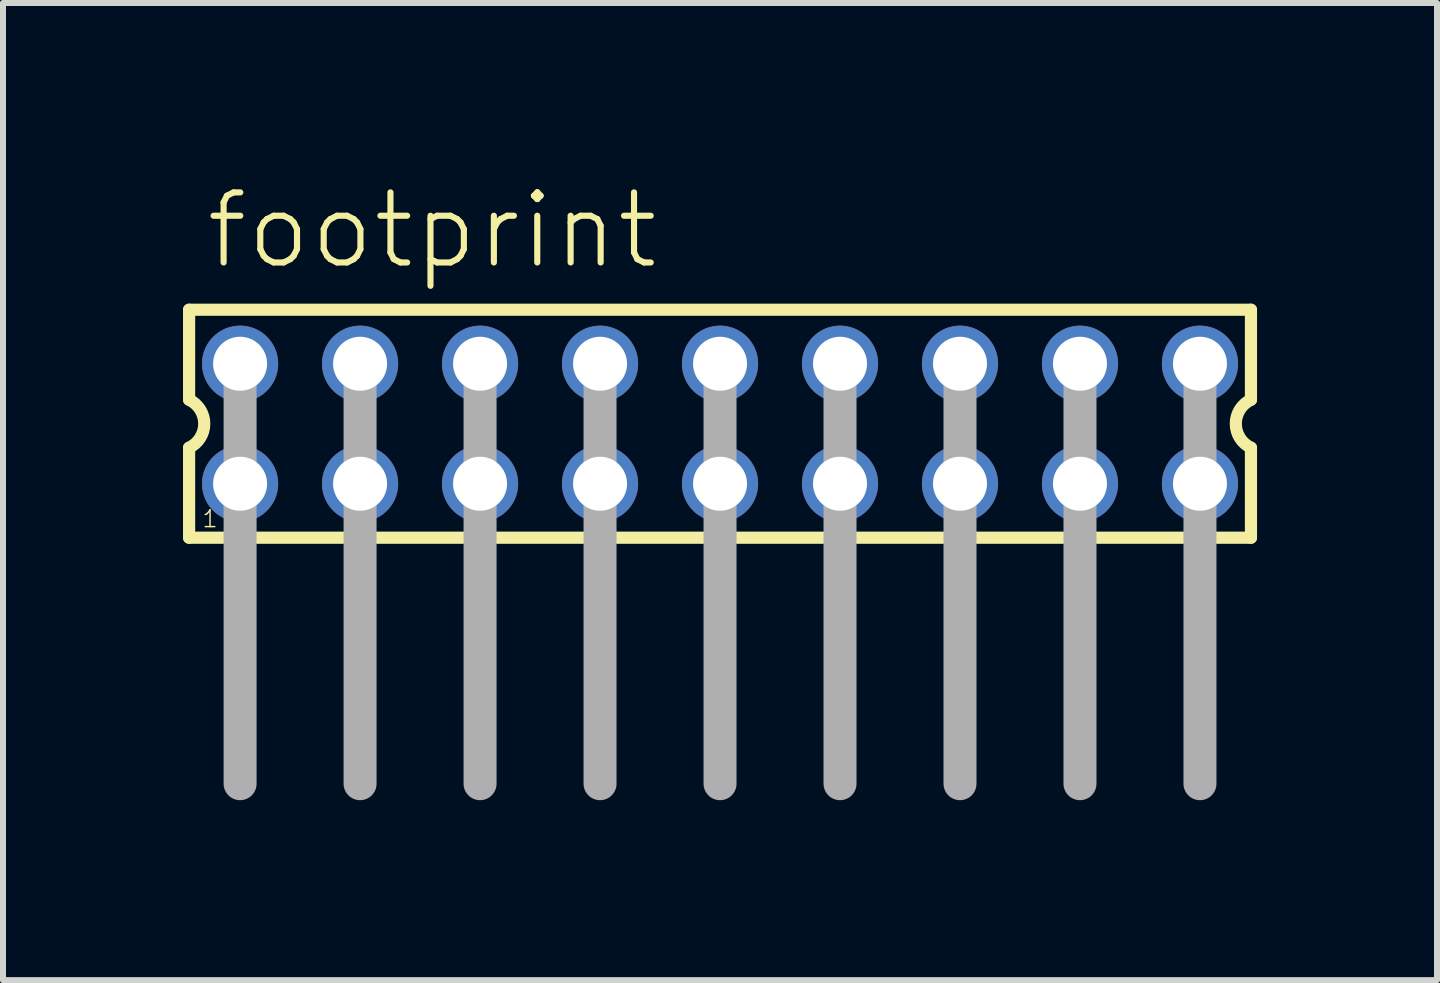
<source format=kicad_pcb>
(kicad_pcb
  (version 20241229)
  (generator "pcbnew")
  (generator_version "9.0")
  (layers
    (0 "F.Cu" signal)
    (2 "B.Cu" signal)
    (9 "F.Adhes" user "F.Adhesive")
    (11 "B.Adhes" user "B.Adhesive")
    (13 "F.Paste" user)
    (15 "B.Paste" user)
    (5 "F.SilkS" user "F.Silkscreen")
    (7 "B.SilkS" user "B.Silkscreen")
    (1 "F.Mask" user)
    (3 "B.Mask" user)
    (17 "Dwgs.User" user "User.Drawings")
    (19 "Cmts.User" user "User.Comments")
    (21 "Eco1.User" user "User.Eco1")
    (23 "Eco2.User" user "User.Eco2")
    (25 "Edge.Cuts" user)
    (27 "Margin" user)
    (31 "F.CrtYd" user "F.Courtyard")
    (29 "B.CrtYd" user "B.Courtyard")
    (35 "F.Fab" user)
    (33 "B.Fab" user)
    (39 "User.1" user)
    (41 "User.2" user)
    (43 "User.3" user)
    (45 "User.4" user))
  (footprint "footprint"
    (layer "F.Cu")
    (at 8.952 4.013)
    (property "Reference" "footprint" (at -8.62 -2.54 0) (layer "F.SilkS") (effects (font (size 1.168 1.168) (thickness 0.102)) (justify left bottom)))
    (fp_line (start -8.85 -1.9) (end -8.85 -0.4) (stroke (width 0.203) (type solid)) (layer "F.SilkS"))
    (fp_line (start -8.85 0.4) (end -8.85 1.9) (stroke (width 0.203) (type solid)) (layer "F.SilkS"))
    (fp_line (start -8.85 1.9) (end 8.85 1.9) (stroke (width 0.203) (type solid)) (layer "F.SilkS"))
    (fp_line (start 8.85 -1.9) (end -8.85 -1.9) (stroke (width 0.203) (type solid)) (layer "F.SilkS"))
    (fp_line (start 8.85 -0.4) (end 8.85 -1.9) (stroke (width 0.203) (type solid)) (layer "F.SilkS"))
    (fp_line (start 8.85 1.9) (end 8.85 0.4) (stroke (width 0.203) (type solid)) (layer "F.SilkS"))
    (fp_arc (start -8.85 -0.4) (mid -8.597167 0) (end -8.85 0.4) (stroke (width 0.2032) (type solid)) (layer "F.SilkS"))
    (fp_arc (start 8.85 0.4) (mid 8.597167 0) (end 8.85 -0.4) (stroke (width 0.2032) (type solid)) (layer "F.SilkS"))
    (fp_line (start -8 -1) (end -8 6) (stroke (width 0.55) (type solid)) (layer "F.Fab"))
    (fp_line (start -6 -1) (end -6 6) (stroke (width 0.55) (type solid)) (layer "F.Fab"))
    (fp_line (start -4 -1) (end -4 6) (stroke (width 0.55) (type solid)) (layer "F.Fab"))
    (fp_line (start -2 -1) (end -2 6) (stroke (width 0.55) (type solid)) (layer "F.Fab"))
    (fp_line (start 0 -1) (end 0 6) (stroke (width 0.55) (type solid)) (layer "F.Fab"))
    (fp_line (start 2 -1) (end 2 6) (stroke (width 0.55) (type solid)) (layer "F.Fab"))
    (fp_line (start 4 -1) (end 4 6) (stroke (width 0.55) (type solid)) (layer "F.Fab"))
    (fp_line (start 6 -1) (end 6 6) (stroke (width 0.55) (type solid)) (layer "F.Fab"))
    (fp_line (start 8 -1) (end 8 6) (stroke (width 0.55) (type solid)) (layer "F.Fab"))
    (fp_poly (pts (xy -8.25 -0.75) (xy -7.75 -0.75) (xy -7.75 -1.25) (xy -8.25 -1.25)) (stroke (width 0.1) (type solid)) (fill no) (layer "F.Fab"))
    (fp_poly (pts (xy -8.25 1.25) (xy -7.75 1.25) (xy -7.75 0.75) (xy -8.25 0.75)) (stroke (width 0.1) (type solid)) (fill no) (layer "F.Fab"))
    (fp_poly (pts (xy -6.25 -0.75) (xy -5.75 -0.75) (xy -5.75 -1.25) (xy -6.25 -1.25)) (stroke (width 0.1) (type solid)) (fill no) (layer "F.Fab"))
    (fp_poly (pts (xy -6.25 1.25) (xy -5.75 1.25) (xy -5.75 0.75) (xy -6.25 0.75)) (stroke (width 0.1) (type solid)) (fill no) (layer "F.Fab"))
    (fp_poly (pts (xy -4.25 -0.75) (xy -3.75 -0.75) (xy -3.75 -1.25) (xy -4.25 -1.25)) (stroke (width 0.1) (type solid)) (fill no) (layer "F.Fab"))
    (fp_poly (pts (xy -4.25 1.25) (xy -3.75 1.25) (xy -3.75 0.75) (xy -4.25 0.75)) (stroke (width 0.1) (type solid)) (fill no) (layer "F.Fab"))
    (fp_poly (pts (xy -2.25 -0.75) (xy -1.75 -0.75) (xy -1.75 -1.25) (xy -2.25 -1.25)) (stroke (width 0.1) (type solid)) (fill no) (layer "F.Fab"))
    (fp_poly (pts (xy -2.25 1.25) (xy -1.75 1.25) (xy -1.75 0.75) (xy -2.25 0.75)) (stroke (width 0.1) (type solid)) (fill no) (layer "F.Fab"))
    (fp_poly (pts (xy -0.25 -0.75) (xy 0.25 -0.75) (xy 0.25 -1.25) (xy -0.25 -1.25)) (stroke (width 0.1) (type solid)) (fill no) (layer "F.Fab"))
    (fp_poly (pts (xy -0.25 1.25) (xy 0.25 1.25) (xy 0.25 0.75) (xy -0.25 0.75)) (stroke (width 0.1) (type solid)) (fill no) (layer "F.Fab"))
    (fp_poly (pts (xy 1.75 -0.75) (xy 2.25 -0.75) (xy 2.25 -1.25) (xy 1.75 -1.25)) (stroke (width 0.1) (type solid)) (fill no) (layer "F.Fab"))
    (fp_poly (pts (xy 1.75 1.25) (xy 2.25 1.25) (xy 2.25 0.75) (xy 1.75 0.75)) (stroke (width 0.1) (type solid)) (fill no) (layer "F.Fab"))
    (fp_poly (pts (xy 3.75 -0.75) (xy 4.25 -0.75) (xy 4.25 -1.25) (xy 3.75 -1.25)) (stroke (width 0.1) (type solid)) (fill no) (layer "F.Fab"))
    (fp_poly (pts (xy 3.75 1.25) (xy 4.25 1.25) (xy 4.25 0.75) (xy 3.75 0.75)) (stroke (width 0.1) (type solid)) (fill no) (layer "F.Fab"))
    (fp_poly (pts (xy 5.75 -0.75) (xy 6.25 -0.75) (xy 6.25 -1.25) (xy 5.75 -1.25)) (stroke (width 0.1) (type solid)) (fill no) (layer "F.Fab"))
    (fp_poly (pts (xy 5.75 1.25) (xy 6.25 1.25) (xy 6.25 0.75) (xy 5.75 0.75)) (stroke (width 0.1) (type solid)) (fill no) (layer "F.Fab"))
    (fp_poly (pts (xy 7.75 -0.75) (xy 8.25 -0.75) (xy 8.25 -1.25) (xy 7.75 -1.25)) (stroke (width 0.1) (type solid)) (fill no) (layer "F.Fab"))
    (fp_poly (pts (xy 7.75 1.25) (xy 8.25 1.25) (xy 8.25 0.75) (xy 7.75 0.75)) (stroke (width 0.1) (type solid)) (fill no) (layer "F.Fab"))
    (fp_text user "1" (at -8.65 1.75 0) (layer "F.SilkS") (effects (font (size 0.28 0.28) (thickness 0.024)) (justify left bottom)))
    (pad "1" thru_hole circle (at -8 1) (size 1.27 1.27) (drill 0.9) (layers "*.Cu" "*.Mask"))
    (pad "2" thru_hole circle (at -8 -1) (size 1.27 1.27) (drill 0.9) (layers "*.Cu" "*.Mask"))
    (pad "3" thru_hole circle (at -6 1) (size 1.27 1.27) (drill 0.9) (layers "*.Cu" "*.Mask"))
    (pad "4" thru_hole circle (at -6 -1) (size 1.27 1.27) (drill 0.9) (layers "*.Cu" "*.Mask"))
    (pad "5" thru_hole circle (at -4 1) (size 1.27 1.27) (drill 0.9) (layers "*.Cu" "*.Mask"))
    (pad "6" thru_hole circle (at -4 -1) (size 1.27 1.27) (drill 0.9) (layers "*.Cu" "*.Mask"))
    (pad "7" thru_hole circle (at -2 1) (size 1.27 1.27) (drill 0.9) (layers "*.Cu" "*.Mask"))
    (pad "8" thru_hole circle (at -2 -1) (size 1.27 1.27) (drill 0.9) (layers "*.Cu" "*.Mask"))
    (pad "9" thru_hole circle (at 0 1) (size 1.27 1.27) (drill 0.9) (layers "*.Cu" "*.Mask"))
    (pad "10" thru_hole circle (at 0 -1) (size 1.27 1.27) (drill 0.9) (layers "*.Cu" "*.Mask"))
    (pad "11" thru_hole circle (at 2 1) (size 1.27 1.27) (drill 0.9) (layers "*.Cu" "*.Mask"))
    (pad "12" thru_hole circle (at 2 -1) (size 1.27 1.27) (drill 0.9) (layers "*.Cu" "*.Mask"))
    (pad "13" thru_hole circle (at 4 1) (size 1.27 1.27) (drill 0.9) (layers "*.Cu" "*.Mask"))
    (pad "14" thru_hole circle (at 4 -1) (size 1.27 1.27) (drill 0.9) (layers "*.Cu" "*.Mask"))
    (pad "15" thru_hole circle (at 6 1) (size 1.27 1.27) (drill 0.9) (layers "*.Cu" "*.Mask"))
    (pad "16" thru_hole circle (at 6 -1) (size 1.27 1.27) (drill 0.9) (layers "*.Cu" "*.Mask"))
    (pad "17" thru_hole circle (at 8 1) (size 1.27 1.27) (drill 0.9) (layers "*.Cu" "*.Mask"))
    (pad "18" thru_hole circle (at 8 -1) (size 1.27 1.27) (drill 0.9) (layers "*.Cu" "*.Mask")))
  (gr_rect
    (start -3 -3)
    (end 20.903 13.288)
    (stroke (width 0.1) (type default))
    (fill no)
    (layer "Edge.Cuts")))
</source>
